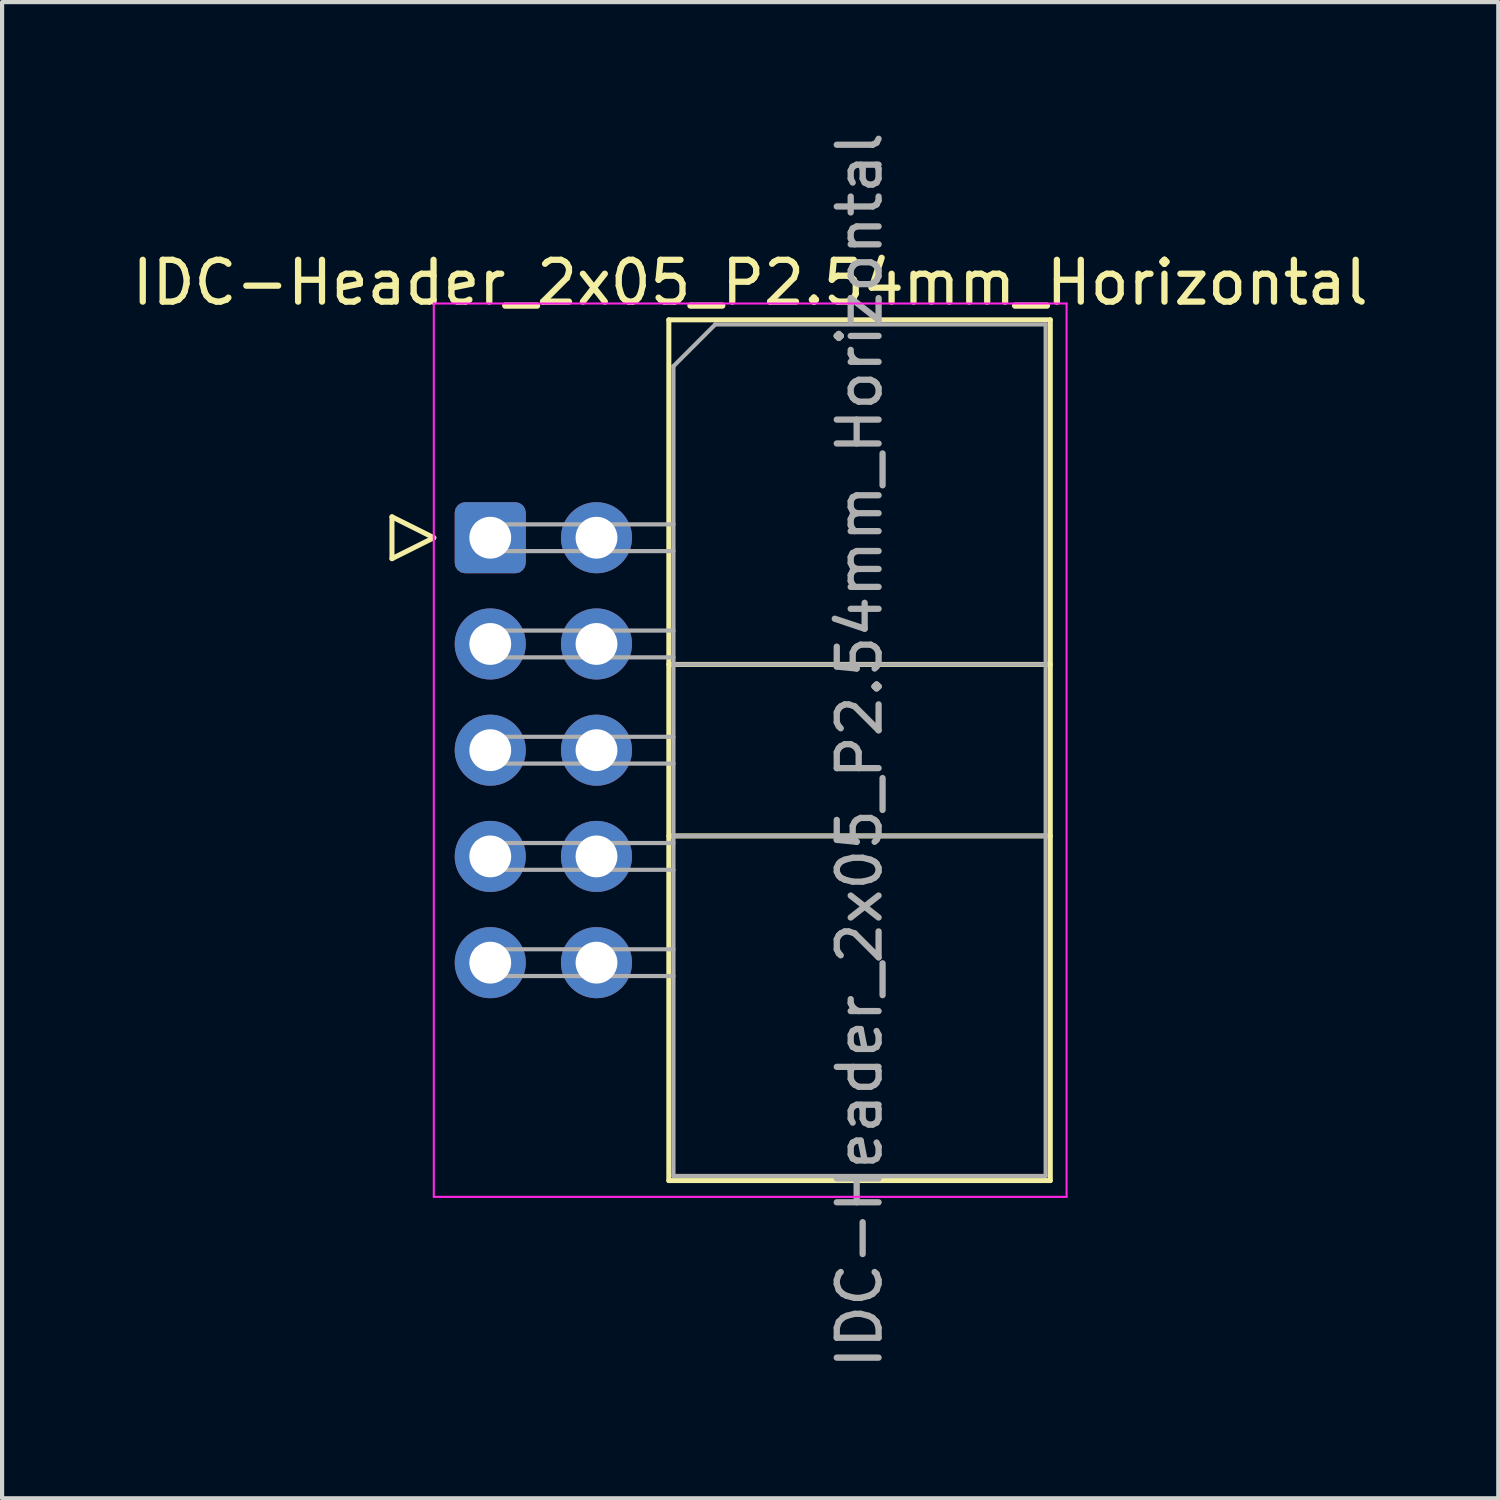
<source format=kicad_pcb>
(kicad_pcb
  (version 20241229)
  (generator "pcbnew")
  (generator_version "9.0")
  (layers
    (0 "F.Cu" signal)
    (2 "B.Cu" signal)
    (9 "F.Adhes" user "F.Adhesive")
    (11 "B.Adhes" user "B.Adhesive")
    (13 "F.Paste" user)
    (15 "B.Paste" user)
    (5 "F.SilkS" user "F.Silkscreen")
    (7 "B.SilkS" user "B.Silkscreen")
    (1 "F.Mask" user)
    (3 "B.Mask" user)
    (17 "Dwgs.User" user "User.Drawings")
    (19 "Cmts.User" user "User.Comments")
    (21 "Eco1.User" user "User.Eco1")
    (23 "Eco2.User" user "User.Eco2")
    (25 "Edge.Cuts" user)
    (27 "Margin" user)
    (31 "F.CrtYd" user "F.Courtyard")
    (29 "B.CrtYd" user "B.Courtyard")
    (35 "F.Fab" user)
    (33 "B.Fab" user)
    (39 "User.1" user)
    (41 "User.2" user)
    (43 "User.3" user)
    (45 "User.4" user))
  (footprint "IDC-Header_2x05_P2.54mm_Horizontal"
    (layer "F.Cu")
    (at 8.672 9.807)
    (property "Reference" "IDC-Header_2x05_P2.54mm_Horizontal" (at 6.215 -6.1 0) (layer "F.SilkS") (effects (font (size 1 1) (thickness 0.15))))
    (attr through_hole)
    (fp_line (start -2.35 -0.5) (end -2.35 0.5) (stroke (width 0.12) (type solid)) (layer "F.SilkS"))
    (fp_line (start -2.35 0.5) (end -1.35 0) (stroke (width 0.12) (type solid)) (layer "F.SilkS"))
    (fp_line (start -1.35 0) (end -2.35 -0.5) (stroke (width 0.12) (type solid)) (layer "F.SilkS"))
    (fp_line (start 4.27 -5.21) (end 13.39 -5.21) (stroke (width 0.12) (type solid)) (layer "F.SilkS"))
    (fp_line (start 4.27 3.03) (end 13.39 3.03) (stroke (width 0.12) (type solid)) (layer "F.SilkS"))
    (fp_line (start 4.27 7.13) (end 13.39 7.13) (stroke (width 0.12) (type solid)) (layer "F.SilkS"))
    (fp_line (start 4.27 15.37) (end 4.27 -5.21) (stroke (width 0.12) (type solid)) (layer "F.SilkS"))
    (fp_line (start 13.39 -5.21) (end 13.39 15.37) (stroke (width 0.12) (type solid)) (layer "F.SilkS"))
    (fp_line (start 13.39 15.37) (end 4.27 15.37) (stroke (width 0.12) (type solid)) (layer "F.SilkS"))
    (fp_line (start -1.35 -5.6) (end -1.35 15.76) (stroke (width 0.05) (type solid)) (layer "F.CrtYd"))
    (fp_line (start -1.35 15.76) (end 13.78 15.76) (stroke (width 0.05) (type solid)) (layer "F.CrtYd"))
    (fp_line (start 13.78 -5.6) (end -1.35 -5.6) (stroke (width 0.05) (type solid)) (layer "F.CrtYd"))
    (fp_line (start 13.78 15.76) (end 13.78 -5.6) (stroke (width 0.05) (type solid)) (layer "F.CrtYd"))
    (fp_line (start -0.32 -0.32) (end -0.32 0.32) (stroke (width 0.1) (type solid)) (layer "F.Fab"))
    (fp_line (start -0.32 0.32) (end 4.38 0.32) (stroke (width 0.1) (type solid)) (layer "F.Fab"))
    (fp_line (start -0.32 2.22) (end -0.32 2.86) (stroke (width 0.1) (type solid)) (layer "F.Fab"))
    (fp_line (start -0.32 2.86) (end 4.38 2.86) (stroke (width 0.1) (type solid)) (layer "F.Fab"))
    (fp_line (start -0.32 4.76) (end -0.32 5.4) (stroke (width 0.1) (type solid)) (layer "F.Fab"))
    (fp_line (start -0.32 5.4) (end 4.38 5.4) (stroke (width 0.1) (type solid)) (layer "F.Fab"))
    (fp_line (start -0.32 7.3) (end -0.32 7.94) (stroke (width 0.1) (type solid)) (layer "F.Fab"))
    (fp_line (start -0.32 7.94) (end 4.38 7.94) (stroke (width 0.1) (type solid)) (layer "F.Fab"))
    (fp_line (start -0.32 9.84) (end -0.32 10.48) (stroke (width 0.1) (type solid)) (layer "F.Fab"))
    (fp_line (start -0.32 10.48) (end 4.38 10.48) (stroke (width 0.1) (type solid)) (layer "F.Fab"))
    (fp_line (start 4.38 -4.1) (end 5.38 -5.1) (stroke (width 0.1) (type solid)) (layer "F.Fab"))
    (fp_line (start 4.38 -0.32) (end -0.32 -0.32) (stroke (width 0.1) (type solid)) (layer "F.Fab"))
    (fp_line (start 4.38 2.22) (end -0.32 2.22) (stroke (width 0.1) (type solid)) (layer "F.Fab"))
    (fp_line (start 4.38 3.03) (end 13.28 3.03) (stroke (width 0.1) (type solid)) (layer "F.Fab"))
    (fp_line (start 4.38 4.76) (end -0.32 4.76) (stroke (width 0.1) (type solid)) (layer "F.Fab"))
    (fp_line (start 4.38 7.13) (end 13.28 7.13) (stroke (width 0.1) (type solid)) (layer "F.Fab"))
    (fp_line (start 4.38 7.3) (end -0.32 7.3) (stroke (width 0.1) (type solid)) (layer "F.Fab"))
    (fp_line (start 4.38 9.84) (end -0.32 9.84) (stroke (width 0.1) (type solid)) (layer "F.Fab"))
    (fp_line (start 4.38 15.26) (end 4.38 -4.1) (stroke (width 0.1) (type solid)) (layer "F.Fab"))
    (fp_line (start 5.38 -5.1) (end 13.28 -5.1) (stroke (width 0.1) (type solid)) (layer "F.Fab"))
    (fp_line (start 13.28 -5.1) (end 13.28 15.26) (stroke (width 0.1) (type solid)) (layer "F.Fab"))
    (fp_line (start 13.28 15.26) (end 4.38 15.26) (stroke (width 0.1) (type solid)) (layer "F.Fab"))
    (fp_text user "${REFERENCE}" (at 8.83 5.08 90) (layer "F.Fab") (effects (font (size 1 1) (thickness 0.15))))
    (pad "1" thru_hole roundrect (at 0 0) (size 1.7 1.7) (drill 1) (layers "*.Cu" "*.Mask") (roundrect_rratio 0.147))
    (pad "2" thru_hole circle (at 2.54 0) (size 1.7 1.7) (drill 1) (layers "*.Cu" "*.Mask"))
    (pad "3" thru_hole circle (at 0 2.54) (size 1.7 1.7) (drill 1) (layers "*.Cu" "*.Mask"))
    (pad "4" thru_hole circle (at 2.54 2.54) (size 1.7 1.7) (drill 1) (layers "*.Cu" "*.Mask"))
    (pad "5" thru_hole circle (at 0 5.08) (size 1.7 1.7) (drill 1) (layers "*.Cu" "*.Mask"))
    (pad "6" thru_hole circle (at 2.54 5.08) (size 1.7 1.7) (drill 1) (layers "*.Cu" "*.Mask"))
    (pad "7" thru_hole circle (at 0 7.62) (size 1.7 1.7) (drill 1) (layers "*.Cu" "*.Mask"))
    (pad "8" thru_hole circle (at 2.54 7.62) (size 1.7 1.7) (drill 1) (layers "*.Cu" "*.Mask"))
    (pad "9" thru_hole circle (at 0 10.16) (size 1.7 1.7) (drill 1) (layers "*.Cu" "*.Mask"))
    (pad "10" thru_hole circle (at 2.54 10.16) (size 1.7 1.7) (drill 1) (layers "*.Cu" "*.Mask")))
  (gr_rect
    (start -3 -3)
    (end 32.774 32.774)
    (stroke (width 0.1) (type default))
    (fill no)
    (layer "Edge.Cuts")))
</source>
